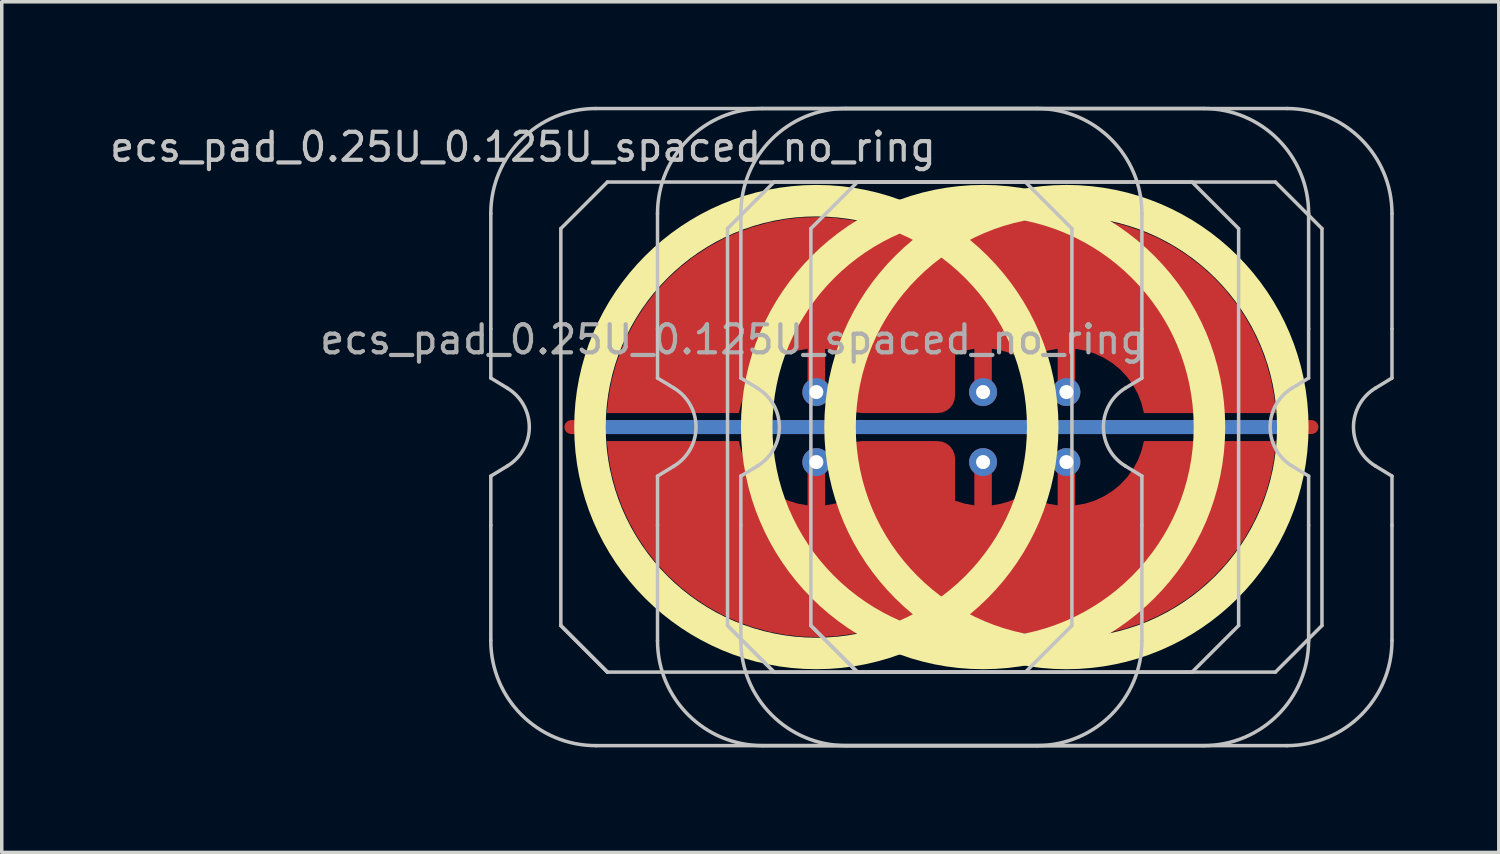
<source format=kicad_pcb>
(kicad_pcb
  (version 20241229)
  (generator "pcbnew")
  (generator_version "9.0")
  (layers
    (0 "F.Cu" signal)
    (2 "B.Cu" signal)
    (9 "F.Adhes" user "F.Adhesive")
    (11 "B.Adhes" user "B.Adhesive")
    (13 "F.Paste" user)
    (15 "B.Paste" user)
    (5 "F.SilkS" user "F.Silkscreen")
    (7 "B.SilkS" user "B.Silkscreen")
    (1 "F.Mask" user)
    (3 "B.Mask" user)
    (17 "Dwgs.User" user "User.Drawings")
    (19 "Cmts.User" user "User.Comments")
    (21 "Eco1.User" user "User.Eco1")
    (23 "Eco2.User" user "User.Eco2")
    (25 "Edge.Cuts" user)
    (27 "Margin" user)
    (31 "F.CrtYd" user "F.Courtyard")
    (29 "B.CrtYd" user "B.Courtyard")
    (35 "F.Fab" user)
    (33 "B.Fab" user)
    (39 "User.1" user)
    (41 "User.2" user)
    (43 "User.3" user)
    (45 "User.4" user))
  (footprint "ecs_pad_0.25U_0.125U_spaced_no_ring"
    (layer "F.Cu")
    (at 25.033 9.15)
    (property "Reference" "ecs_pad_0.25U_0.125U_spaced_no_ring" (at -13.143 -8 0) (layer "Dwgs.User") (effects (font (size 0.8 0.8) (thickness 0.12))))
    (attr smd)
    (fp_circle (center -4.763 0) (end 1.704 0) (stroke (width 0.9) (type solid)) (fill no) (layer "F.SilkS"))
    (fp_circle (center 0 0) (end 6.467 0) (stroke (width 0.9) (type solid)) (fill no) (layer "F.SilkS"))
    (fp_circle (center 2.381 0) (end 8.848 0) (stroke (width 0.9) (type solid)) (fill no) (layer "F.SilkS"))
    (fp_line (start -14.062 -2.805) (end -14.062 -6.1) (stroke (width 0.1) (type solid)) (layer "Dwgs.User"))
    (fp_line (start -14.062 -1.4) (end -14.062 -2.805) (stroke (width 0.1) (type solid)) (layer "Dwgs.User"))
    (fp_line (start -14.062 1.4) (end -13.587 1.111) (stroke (width 0.1) (type solid)) (layer "Dwgs.User"))
    (fp_line (start -14.062 2.805) (end -14.062 1.4) (stroke (width 0.1) (type solid)) (layer "Dwgs.User"))
    (fp_line (start -14.062 6.1) (end -14.062 2.805) (stroke (width 0.1) (type solid)) (layer "Dwgs.User"))
    (fp_line (start -13.587 -1.111) (end -14.062 -1.4) (stroke (width 0.1) (type solid)) (layer "Dwgs.User"))
    (fp_line (start -12.062 -5.67) (end -10.732 -7) (stroke (width 0.1) (type solid)) (layer "Dwgs.User"))
    (fp_line (start -12.062 5.67) (end -12.062 -5.67) (stroke (width 0.1) (type solid)) (layer "Dwgs.User"))
    (fp_line (start -12.062 5.67) (end -10.732 7) (stroke (width 0.1) (type solid)) (layer "Dwgs.User"))
    (fp_line (start -11.062 -9.1) (end 1.538 -9.1) (stroke (width 0.1) (type solid)) (layer "Dwgs.User"))
    (fp_line (start -10.732 -7) (end 1.208 -7) (stroke (width 0.1) (type solid)) (layer "Dwgs.User"))
    (fp_line (start -10.732 7) (end -12.062 5.67) (stroke (width 0.1) (type solid)) (layer "Dwgs.User"))
    (fp_line (start -9.3 -2.805) (end -9.3 -6.1) (stroke (width 0.1) (type solid)) (layer "Dwgs.User"))
    (fp_line (start -9.3 -1.4) (end -9.3 -2.805) (stroke (width 0.1) (type solid)) (layer "Dwgs.User"))
    (fp_line (start -9.3 1.4) (end -8.824 1.111) (stroke (width 0.1) (type solid)) (layer "Dwgs.User"))
    (fp_line (start -9.3 2.805) (end -9.3 1.4) (stroke (width 0.1) (type solid)) (layer "Dwgs.User"))
    (fp_line (start -9.3 6.1) (end -9.3 2.805) (stroke (width 0.1) (type solid)) (layer "Dwgs.User"))
    (fp_line (start -8.824 -1.111) (end -9.3 -1.4) (stroke (width 0.1) (type solid)) (layer "Dwgs.User"))
    (fp_line (start -7.3 -5.67) (end -5.97 -7) (stroke (width 0.1) (type solid)) (layer "Dwgs.User"))
    (fp_line (start -7.3 5.67) (end -7.3 -5.67) (stroke (width 0.1) (type solid)) (layer "Dwgs.User"))
    (fp_line (start -7.3 5.67) (end -5.97 7) (stroke (width 0.1) (type solid)) (layer "Dwgs.User"))
    (fp_line (start -6.919 -2.805) (end -6.919 -6.1) (stroke (width 0.1) (type solid)) (layer "Dwgs.User"))
    (fp_line (start -6.919 -1.4) (end -6.919 -2.805) (stroke (width 0.1) (type solid)) (layer "Dwgs.User"))
    (fp_line (start -6.919 1.4) (end -6.443 1.111) (stroke (width 0.1) (type solid)) (layer "Dwgs.User"))
    (fp_line (start -6.919 2.805) (end -6.919 1.4) (stroke (width 0.1) (type solid)) (layer "Dwgs.User"))
    (fp_line (start -6.919 6.1) (end -6.919 2.805) (stroke (width 0.1) (type solid)) (layer "Dwgs.User"))
    (fp_line (start -6.443 -1.111) (end -6.919 -1.4) (stroke (width 0.1) (type solid)) (layer "Dwgs.User"))
    (fp_line (start -6.3 -9.1) (end 6.3 -9.1) (stroke (width 0.1) (type solid)) (layer "Dwgs.User"))
    (fp_line (start -5.97 -7) (end 5.97 -7) (stroke (width 0.1) (type solid)) (layer "Dwgs.User"))
    (fp_line (start -5.97 7) (end -7.3 5.67) (stroke (width 0.1) (type solid)) (layer "Dwgs.User"))
    (fp_line (start -4.919 -5.67) (end -3.589 -7) (stroke (width 0.1) (type solid)) (layer "Dwgs.User"))
    (fp_line (start -4.919 5.67) (end -4.919 -5.67) (stroke (width 0.1) (type solid)) (layer "Dwgs.User"))
    (fp_line (start -4.919 5.67) (end -3.589 7) (stroke (width 0.1) (type solid)) (layer "Dwgs.User"))
    (fp_line (start -3.919 -9.1) (end 8.681 -9.1) (stroke (width 0.1) (type solid)) (layer "Dwgs.User"))
    (fp_line (start -3.589 -7) (end 8.351 -7) (stroke (width 0.1) (type solid)) (layer "Dwgs.User"))
    (fp_line (start -3.589 7) (end -4.919 5.67) (stroke (width 0.1) (type solid)) (layer "Dwgs.User"))
    (fp_line (start 1.208 -7) (end 2.538 -5.67) (stroke (width 0.1) (type solid)) (layer "Dwgs.User"))
    (fp_line (start 1.208 7) (end -10.732 7) (stroke (width 0.1) (type solid)) (layer "Dwgs.User"))
    (fp_line (start 1.538 9.1) (end -11.062 9.1) (stroke (width 0.1) (type solid)) (layer "Dwgs.User"))
    (fp_line (start 2.538 -5.67) (end 2.538 5.67) (stroke (width 0.1) (type solid)) (layer "Dwgs.User"))
    (fp_line (start 2.538 5.67) (end 1.208 7) (stroke (width 0.1) (type solid)) (layer "Dwgs.User"))
    (fp_line (start 4.062 1.111) (end 4.537 1.4) (stroke (width 0.1) (type solid)) (layer "Dwgs.User"))
    (fp_line (start 4.537 -6.1) (end 4.537 -2.805) (stroke (width 0.1) (type solid)) (layer "Dwgs.User"))
    (fp_line (start 4.537 -2.805) (end 4.537 -1.4) (stroke (width 0.1) (type solid)) (layer "Dwgs.User"))
    (fp_line (start 4.537 -1.4) (end 4.062 -1.111) (stroke (width 0.1) (type solid)) (layer "Dwgs.User"))
    (fp_line (start 4.537 1.4) (end 4.537 2.805) (stroke (width 0.1) (type solid)) (layer "Dwgs.User"))
    (fp_line (start 4.537 2.805) (end 4.537 6.1) (stroke (width 0.1) (type solid)) (layer "Dwgs.User"))
    (fp_line (start 5.97 -7) (end 7.3 -5.67) (stroke (width 0.1) (type solid)) (layer "Dwgs.User"))
    (fp_line (start 5.97 7) (end -5.97 7) (stroke (width 0.1) (type solid)) (layer "Dwgs.User"))
    (fp_line (start 6.3 9.1) (end -6.3 9.1) (stroke (width 0.1) (type solid)) (layer "Dwgs.User"))
    (fp_line (start 7.3 -5.67) (end 7.3 5.67) (stroke (width 0.1) (type solid)) (layer "Dwgs.User"))
    (fp_line (start 7.3 5.67) (end 5.97 7) (stroke (width 0.1) (type solid)) (layer "Dwgs.User"))
    (fp_line (start 8.351 -7) (end 9.681 -5.67) (stroke (width 0.1) (type solid)) (layer "Dwgs.User"))
    (fp_line (start 8.351 7) (end -3.589 7) (stroke (width 0.1) (type solid)) (layer "Dwgs.User"))
    (fp_line (start 8.681 9.1) (end -3.919 9.1) (stroke (width 0.1) (type solid)) (layer "Dwgs.User"))
    (fp_line (start 8.824 1.111) (end 9.3 1.4) (stroke (width 0.1) (type solid)) (layer "Dwgs.User"))
    (fp_line (start 9.3 -6.1) (end 9.3 -2.805) (stroke (width 0.1) (type solid)) (layer "Dwgs.User"))
    (fp_line (start 9.3 -2.805) (end 9.3 -1.4) (stroke (width 0.1) (type solid)) (layer "Dwgs.User"))
    (fp_line (start 9.3 -1.4) (end 8.824 -1.111) (stroke (width 0.1) (type solid)) (layer "Dwgs.User"))
    (fp_line (start 9.3 1.4) (end 9.3 2.805) (stroke (width 0.1) (type solid)) (layer "Dwgs.User"))
    (fp_line (start 9.3 2.805) (end 9.3 6.1) (stroke (width 0.1) (type solid)) (layer "Dwgs.User"))
    (fp_line (start 9.681 -5.67) (end 9.681 5.67) (stroke (width 0.1) (type solid)) (layer "Dwgs.User"))
    (fp_line (start 9.681 5.67) (end 8.351 7) (stroke (width 0.1) (type solid)) (layer "Dwgs.User"))
    (fp_line (start 11.206 1.111) (end 11.681 1.4) (stroke (width 0.1) (type solid)) (layer "Dwgs.User"))
    (fp_line (start 11.681 -6.1) (end 11.681 -2.805) (stroke (width 0.1) (type solid)) (layer "Dwgs.User"))
    (fp_line (start 11.681 -2.805) (end 11.681 -1.4) (stroke (width 0.1) (type solid)) (layer "Dwgs.User"))
    (fp_line (start 11.681 -1.4) (end 11.206 -1.111) (stroke (width 0.1) (type solid)) (layer "Dwgs.User"))
    (fp_line (start 11.681 1.4) (end 11.681 2.805) (stroke (width 0.1) (type solid)) (layer "Dwgs.User"))
    (fp_line (start 11.681 2.805) (end 11.681 6.1) (stroke (width 0.1) (type solid)) (layer "Dwgs.User"))
    (fp_arc (start -14.0625 -6.1) (mid -13.18382 -8.22132) (end -11.0625 -9.1) (stroke (width 0.1) (type solid)) (layer "Dwgs.User"))
    (fp_arc (start -13.586833 -1.110619) (mid -12.9625 0) (end -13.586833 1.110619) (stroke (width 0.1) (type solid)) (layer "Dwgs.User"))
    (fp_arc (start -11.0625 9.1) (mid -13.18382 8.22132) (end -14.0625 6.1) (stroke (width 0.1) (type solid)) (layer "Dwgs.User"))
    (fp_arc (start -9.3 -6.1) (mid -8.42132 -8.22132) (end -6.3 -9.1) (stroke (width 0.1) (type solid)) (layer "Dwgs.User"))
    (fp_arc (start -8.824333 -1.110619) (mid -8.2 0) (end -8.824333 1.110619) (stroke (width 0.1) (type solid)) (layer "Dwgs.User"))
    (fp_arc (start -6.91875 -6.1) (mid -6.04007 -8.22132) (end -3.91875 -9.1) (stroke (width 0.1) (type solid)) (layer "Dwgs.User"))
    (fp_arc (start -6.443083 -1.110619) (mid -5.81875 0) (end -6.443083 1.110619) (stroke (width 0.1) (type solid)) (layer "Dwgs.User"))
    (fp_arc (start -6.3 9.1) (mid -8.42132 8.22132) (end -9.3 6.1) (stroke (width 0.1) (type solid)) (layer "Dwgs.User"))
    (fp_arc (start -3.91875 9.1) (mid -6.04007 8.22132) (end -6.91875 6.1) (stroke (width 0.1) (type solid)) (layer "Dwgs.User"))
    (fp_arc (start 1.5375 -9.1) (mid 3.65882 -8.22132) (end 4.5375 -6.1) (stroke (width 0.1) (type solid)) (layer "Dwgs.User"))
    (fp_arc (start 4.061833 1.110619) (mid 3.4375 0) (end 4.061833 -1.110619) (stroke (width 0.1) (type solid)) (layer "Dwgs.User"))
    (fp_arc (start 4.5375 6.1) (mid 3.65882 8.22132) (end 1.5375 9.1) (stroke (width 0.1) (type solid)) (layer "Dwgs.User"))
    (fp_arc (start 6.3 -9.1) (mid 8.42132 -8.22132) (end 9.3 -6.1) (stroke (width 0.1) (type solid)) (layer "Dwgs.User"))
    (fp_arc (start 8.68125 -9.1) (mid 10.80257 -8.22132) (end 11.68125 -6.1) (stroke (width 0.1) (type solid)) (layer "Dwgs.User"))
    (fp_arc (start 8.824333 1.110619) (mid 8.2 0) (end 8.824333 -1.110619) (stroke (width 0.1) (type solid)) (layer "Dwgs.User"))
    (fp_arc (start 9.3 6.1) (mid 8.42132 8.22132) (end 6.3 9.1) (stroke (width 0.1) (type solid)) (layer "Dwgs.User"))
    (fp_arc (start 11.205583 1.110619) (mid 10.58125 0) (end 11.205583 -1.110619) (stroke (width 0.1) (type solid)) (layer "Dwgs.User"))
    (fp_arc (start 11.68125 6.1) (mid 10.80257 8.22132) (end 8.68125 9.1) (stroke (width 0.1) (type solid)) (layer "Dwgs.User"))
    (fp_text user "${REFERENCE}" (at -7.143 -2.5 0) (layer "F.Fab") (effects (font (size 0.8 0.8) (thickness 0.12))))
    (pad "1" thru_hole circle (at -4.763 -1 90) (size 0.8 0.8) (drill 0.4) (layers "*.Cu"))
    (pad "1" smd custom (at 0 -1) (size 0.246 0.246) (layers "F.Cu") (options (anchor circle)) (primitives (gr_poly (pts (xy 0.231 0.096) (xy 0.177 0.177) (xy 0.096 0.231) (xy 0 0.25) (xy -0.096 0.231) (xy -0.177 0.177) (xy -0.231 0.096) (xy -0.25 0) (xy -0.25 -1.236) (xy -0.529 -1.187) (xy -0.8 -1.103) (xy -0.8 0.1) (xy -0.817 0.229) (xy -0.867 0.35) (xy -0.946 0.454) (xy -1.05 0.533) (xy -1.171 0.583) (xy -1.3 0.6) (xy -3.462 0.6) (xy -3.592 0.583) (xy -3.713 0.533) (xy -3.816 0.454) (xy -3.896 0.35) (xy -3.945 0.229) (xy -3.963 0.1) (xy -3.963 -1.103) (xy -4.233 -1.187) (xy -4.513 -1.236) (xy -4.513 0) (xy -4.532 0.096) (xy -4.586 0.177) (xy -4.667 0.231) (xy -4.763 0.25) (xy -4.858 0.231) (xy -4.939 0.177) (xy -4.993 0.096) (xy -5.013 0) (xy -5.013 -1.236) (xy -5.296 -1.186) (xy -5.571 -1.1) (xy -5.832 -0.979) (xy -6.076 -0.826) (xy -6.299 -0.644) (xy -6.496 -0.434) (xy -6.665 -0.201) (xy -6.803 0.052) (xy -6.907 0.321) (xy -6.977 0.6) (xy -10.749 0.6) (xy -10.698 0.125) (xy -10.61 -0.345) (xy -10.484 -0.806) (xy -10.322 -1.256) (xy -10.125 -1.691) (xy -9.894 -2.109) (xy -9.63 -2.508) (xy -9.336 -2.884) (xy -9.012 -3.236) (xy -8.661 -3.561) (xy -8.286 -3.856) (xy -7.888 -4.121) (xy -7.471 -4.354) (xy -7.036 -4.553) (xy -6.587 -4.716) (xy -6.126 -4.843) (xy -5.657 -4.933) (xy -5.182 -4.985) (xy -4.704 -5) (xy -4.227 -4.976) (xy -3.753 -4.914) (xy -3.285 -4.815) (xy -2.827 -4.679) (xy -2.381 -4.507) (xy -1.956 -4.672) (xy -1.52 -4.804) (xy -1.075 -4.903) (xy -0.624 -4.967) (xy -0.169 -4.998) (xy 0.287 -4.993) (xy 0.741 -4.954) (xy 1.191 -4.881) (xy 1.671 -4.958) (xy 2.156 -4.996) (xy 2.643 -4.994) (xy 3.128 -4.953) (xy 3.608 -4.873) (xy 4.08 -4.755) (xy 4.541 -4.598) (xy 4.987 -4.404) (xy 5.417 -4.175) (xy 5.826 -3.912) (xy 6.213 -3.617) (xy 6.575 -3.291) (xy 6.909 -2.937) (xy 7.213 -2.557) (xy 7.485 -2.154) (xy 7.724 -1.73) (xy 7.928 -1.288) (xy 8.095 -0.831) (xy 8.225 -0.362) (xy 8.316 0.116) (xy 8.368 0.6) (xy 4.595 0.6) (xy 4.526 0.321) (xy 4.422 0.052) (xy 4.284 -0.201) (xy 4.115 -0.434) (xy 3.918 -0.644) (xy 3.695 -0.826) (xy 3.451 -0.979) (xy 3.19 -1.1) (xy 2.915 -1.186) (xy 2.631 -1.236) (xy 2.631 0) (xy 2.612 0.096) (xy 2.558 0.177) (xy 2.477 0.231) (xy 2.381 0.25) (xy 2.286 0.231) (xy 2.204 0.177) (xy 2.15 0.096) (xy 2.131 0) (xy 2.131 -1.236) (xy 1.884 -1.194) (xy 1.643 -1.125) (xy 1.411 -1.03) (xy 1.191 -0.909) (xy 0.971 -1.03) (xy 0.739 -1.125) (xy 0.497 -1.194) (xy 0.25 -1.236) (xy 0.25 0)) (width 0) (fill yes))))
    (pad "1" thru_hole circle (at 0 -1 270) (size 0.8 0.8) (drill 0.4) (layers "*.Cu"))
    (pad "1" thru_hole circle (at 2.38 -1 90) (size 0.8 0.8) (drill 0.4) (layers "*.Cu"))
    (pad "2" thru_hole circle (at -4.763 1 270) (size 0.8 0.8) (drill 0.4) (layers "*.Cu"))
    (pad "2" smd custom (at 0 1) (size 0.246 0.246) (layers "F.Cu") (options (anchor circle)) (primitives (gr_poly (pts (xy 0.231 -0.096) (xy 0.177 -0.177) (xy 0.096 -0.231) (xy 0 -0.25) (xy -0.096 -0.231) (xy -0.177 -0.177) (xy -0.231 -0.096) (xy -0.25 0) (xy -0.25 1.236) (xy -0.529 1.187) (xy -0.8 1.103) (xy -0.8 -0.1) (xy -0.817 -0.229) (xy -0.867 -0.35) (xy -0.946 -0.454) (xy -1.05 -0.533) (xy -1.171 -0.583) (xy -1.3 -0.6) (xy -3.462 -0.6) (xy -3.592 -0.583) (xy -3.713 -0.533) (xy -3.816 -0.454) (xy -3.896 -0.35) (xy -3.945 -0.229) (xy -3.963 -0.1) (xy -3.963 1.103) (xy -4.233 1.187) (xy -4.513 1.236) (xy -4.513 0) (xy -4.532 -0.096) (xy -4.586 -0.177) (xy -4.667 -0.231) (xy -4.763 -0.25) (xy -4.858 -0.231) (xy -4.939 -0.177) (xy -4.993 -0.096) (xy -5.013 0) (xy -5.013 1.236) (xy -5.296 1.186) (xy -5.571 1.1) (xy -5.832 0.979) (xy -6.076 0.826) (xy -6.299 0.644) (xy -6.496 0.434) (xy -6.665 0.201) (xy -6.803 -0.052) (xy -6.907 -0.321) (xy -6.977 -0.6) (xy -10.749 -0.6) (xy -10.698 -0.125) (xy -10.61 0.345) (xy -10.484 0.806) (xy -10.322 1.256) (xy -10.125 1.691) (xy -9.894 2.109) (xy -9.63 2.508) (xy -9.336 2.884) (xy -9.012 3.236) (xy -8.661 3.561) (xy -8.286 3.856) (xy -7.888 4.121) (xy -7.471 4.354) (xy -7.036 4.553) (xy -6.587 4.716) (xy -6.126 4.843) (xy -5.657 4.933) (xy -5.182 4.985) (xy -4.704 5) (xy -4.227 4.976) (xy -3.753 4.914) (xy -3.285 4.815) (xy -2.827 4.679) (xy -2.381 4.507) (xy -1.956 4.672) (xy -1.52 4.804) (xy -1.075 4.903) (xy -0.624 4.967) (xy -0.169 4.998) (xy 0.287 4.993) (xy 0.741 4.954) (xy 1.191 4.881) (xy 1.671 4.958) (xy 2.156 4.996) (xy 2.643 4.994) (xy 3.128 4.953) (xy 3.608 4.873) (xy 4.08 4.755) (xy 4.541 4.598) (xy 4.987 4.404) (xy 5.417 4.175) (xy 5.826 3.912) (xy 6.213 3.617) (xy 6.575 3.291) (xy 6.909 2.937) (xy 7.213 2.557) (xy 7.485 2.154) (xy 7.724 1.73) (xy 7.928 1.288) (xy 8.095 0.831) (xy 8.225 0.362) (xy 8.316 -0.116) (xy 8.368 -0.6) (xy 4.595 -0.6) (xy 4.526 -0.321) (xy 4.422 -0.052) (xy 4.284 0.201) (xy 4.115 0.434) (xy 3.918 0.644) (xy 3.695 0.826) (xy 3.451 0.979) (xy 3.19 1.1) (xy 2.915 1.186) (xy 2.631 1.236) (xy 2.631 0) (xy 2.612 -0.096) (xy 2.558 -0.177) (xy 2.477 -0.231) (xy 2.381 -0.25) (xy 2.286 -0.231) (xy 2.204 -0.177) (xy 2.15 -0.096) (xy 2.131 0) (xy 2.131 1.236) (xy 1.884 1.194) (xy 1.643 1.125) (xy 1.411 1.03) (xy 1.191 0.909) (xy 0.971 1.03) (xy 0.739 1.125) (xy 0.497 1.194) (xy 0.25 1.236) (xy 0.25 0)) (width 0) (fill yes))))
    (pad "2" thru_hole circle (at 0 1 270) (size 0.8 0.8) (drill 0.4) (layers "*.Cu"))
    (pad "2" thru_hole circle (at 2.38 1 270) (size 0.8 0.8) (drill 0.4) (layers "*.Cu"))
    (pad "3" smd custom (at 0 0 90) (size 0.4 0.4) (layers "F.Cu") (options (anchor rect)) (primitives (gr_line (start 0 -11.762) (end 0 9.381) (width 0.4))))
    (pad "3" smd custom (at 0 0 90) (size 0.4 0.4) (layers "B.Cu") (options (anchor rect)) (primitives (gr_line (start 0 -11.262) (end 0 8.812) (width 0.4))))
    (zone (net_name "") (layer "F.Cu") (hatch edge 0.508) (connect_pads) (min_thickness 0.254) (filled_areas_thickness no) (keepout (tracks allowed) (vias allowed) (pads allowed) (copperpour not_allowed) (footprints allowed)) (placement (enabled no)) (fill) (polygon (pts (xy 27.276 9.15) (xy 27.257 8.637) (xy 27.201 8.127) (xy 27.107 7.622) (xy 26.977 7.125) (xy 26.811 6.64) (xy 26.609 6.167) (xy 26.374 5.711) (xy 26.105 5.274) (xy 25.806 4.857) (xy 25.477 4.463) (xy 25.119 4.094) (xy 24.736 3.753) (xy 24.329 3.44) (xy 23.9 3.158) (xy 23.451 2.909) (xy 22.985 2.692) (xy 22.505 2.511) (xy 22.013 2.365) (xy 21.511 2.256) (xy 21.003 2.183) (xy 20.491 2.149) (xy 19.978 2.151) (xy 19.466 2.192) (xy 18.958 2.269) (xy 18.458 2.384) (xy 17.967 2.535) (xy 17.489 2.721) (xy 17.026 2.942) (xy 16.58 3.197) (xy 16.154 3.483) (xy 15.75 3.8) (xy 15.37 4.145) (xy 15.016 4.518) (xy 14.691 4.915) (xy 14.396 5.335) (xy 14.132 5.775) (xy 13.902 6.234) (xy 13.705 6.708) (xy 13.544 7.196) (xy 13.419 7.694) (xy 13.331 8.199) (xy 13.28 8.71) (xy 13.266 9.223) (xy 13.291 9.736) (xy 13.352 10.246) (xy 13.451 10.75) (xy 13.587 11.245) (xy 13.758 11.729) (xy 13.964 12.199) (xy 14.205 12.652) (xy 14.477 13.087) (xy 14.781 13.501) (xy 15.115 13.891) (xy 15.476 14.256) (xy 15.863 14.594) (xy 16.273 14.902) (xy 16.705 15.179) (xy 17.156 15.424) (xy 17.624 15.636) (xy 18.106 15.812) (xy 18.6 15.953) (xy 19.103 16.057) (xy 19.612 16.124) (xy 20.124 16.153) (xy 20.638 16.145) (xy 21.149 16.1) (xy 21.656 16.017) (xy 22.155 15.897) (xy 22.644 15.741) (xy 23.12 15.549) (xy 23.581 15.323) (xy 24.024 15.064) (xy 24.447 14.774) (xy 24.848 14.453) (xy 25.224 14.103) (xy 25.574 13.727) (xy 25.895 13.326) (xy 26.185 12.903) (xy 26.444 12.46) (xy 26.67 11.999) (xy 26.862 11.523) (xy 27.018 11.034) (xy 27.138 10.535) (xy 27.221 10.028) (xy 27.266 9.517))))
    (zone (net_name "") (layer "F.Cu") (hatch edge 0.508) (connect_pads) (min_thickness 0.254) (filled_areas_thickness no) (keepout (tracks allowed) (vias allowed) (pads allowed) (copperpour not_allowed) (footprints allowed)) (placement (enabled no)) (fill) (polygon (pts (xy 32.038 9.15) (xy 32.02 8.637) (xy 31.963 8.127) (xy 31.87 7.622) (xy 31.739 7.125) (xy 31.573 6.64) (xy 31.372 6.167) (xy 31.136 5.711) (xy 30.868 5.274) (xy 30.568 4.857) (xy 30.239 4.463) (xy 29.882 4.094) (xy 29.499 3.753) (xy 29.091 3.44) (xy 28.662 3.158) (xy 28.214 2.909) (xy 27.748 2.692) (xy 27.268 2.511) (xy 26.775 2.365) (xy 26.274 2.256) (xy 25.766 2.183) (xy 25.253 2.149) (xy 24.74 2.151) (xy 24.228 2.192) (xy 23.721 2.269) (xy 23.22 2.384) (xy 22.73 2.535) (xy 22.251 2.721) (xy 21.788 2.942) (xy 21.342 3.197) (xy 20.916 3.483) (xy 20.512 3.8) (xy 20.132 4.145) (xy 19.779 4.518) (xy 19.454 4.915) (xy 19.159 5.335) (xy 18.895 5.775) (xy 18.664 6.234) (xy 18.468 6.708) (xy 18.307 7.196) (xy 18.182 7.694) (xy 18.093 8.199) (xy 18.042 8.71) (xy 18.029 9.223) (xy 18.053 9.736) (xy 18.115 10.246) (xy 18.214 10.75) (xy 18.349 11.245) (xy 18.52 11.729) (xy 18.727 12.199) (xy 18.967 12.652) (xy 19.24 13.087) (xy 19.544 13.501) (xy 19.877 13.891) (xy 20.238 14.256) (xy 20.625 14.594) (xy 21.036 14.902) (xy 21.468 15.179) (xy 21.919 15.424) (xy 22.387 15.636) (xy 22.869 15.812) (xy 23.363 15.953) (xy 23.865 16.057) (xy 24.374 16.124) (xy 24.887 16.153) (xy 25.4 16.145) (xy 25.911 16.1) (xy 26.418 16.017) (xy 26.917 15.897) (xy 27.406 15.741) (xy 27.883 15.549) (xy 28.344 15.323) (xy 28.787 15.064) (xy 29.21 14.774) (xy 29.611 14.453) (xy 29.987 14.103) (xy 30.336 13.727) (xy 30.657 13.326) (xy 30.948 12.903) (xy 31.207 12.46) (xy 31.433 11.999) (xy 31.624 11.523) (xy 31.78 11.034) (xy 31.9 10.535) (xy 31.983 10.028) (xy 32.029 9.517))))
    (zone (net_name "") (layer "F.Cu") (hatch edge 0.508) (connect_pads) (min_thickness 0.254) (filled_areas_thickness no) (keepout (tracks allowed) (vias allowed) (pads allowed) (copperpour not_allowed) (footprints allowed)) (placement (enabled no)) (fill) (polygon (pts (xy 34.42 9.15) (xy 34.401 8.637) (xy 34.344 8.127) (xy 34.251 7.622) (xy 34.121 7.125) (xy 33.954 6.64) (xy 33.753 6.167) (xy 33.517 5.711) (xy 33.249 5.274) (xy 32.95 4.857) (xy 32.62 4.463) (xy 32.263 4.094) (xy 31.88 3.753) (xy 31.472 3.44) (xy 31.043 3.158) (xy 30.595 2.909) (xy 30.129 2.692) (xy 29.649 2.511) (xy 29.157 2.365) (xy 28.655 2.256) (xy 28.147 2.183) (xy 27.635 2.149) (xy 27.121 2.151) (xy 26.61 2.192) (xy 26.102 2.269) (xy 25.602 2.384) (xy 25.111 2.535) (xy 24.633 2.721) (xy 24.169 2.942) (xy 23.723 3.197) (xy 23.297 3.483) (xy 22.893 3.8) (xy 22.514 4.145) (xy 22.16 4.518) (xy 21.835 4.915) (xy 21.54 5.335) (xy 21.276 5.775) (xy 21.046 6.234) (xy 20.849 6.708) (xy 20.688 7.196) (xy 20.563 7.694) (xy 20.475 8.199) (xy 20.424 8.71) (xy 20.41 9.223) (xy 20.434 9.736) (xy 20.496 10.246) (xy 20.595 10.75) (xy 20.73 11.245) (xy 20.902 11.729) (xy 21.108 12.199) (xy 21.348 12.652) (xy 21.621 13.087) (xy 21.925 13.501) (xy 22.258 13.891) (xy 22.619 14.256) (xy 23.006 14.594) (xy 23.417 14.902) (xy 23.849 15.179) (xy 24.3 15.424) (xy 24.768 15.636) (xy 25.25 15.812) (xy 25.744 15.953) (xy 26.246 16.057) (xy 26.755 16.124) (xy 27.268 16.153) (xy 27.781 16.145) (xy 28.293 16.1) (xy 28.799 16.017) (xy 29.298 15.897) (xy 29.788 15.741) (xy 30.264 15.549) (xy 30.725 15.323) (xy 31.168 15.064) (xy 31.591 14.774) (xy 31.992 14.453) (xy 32.368 14.103) (xy 32.717 13.727) (xy 33.038 13.326) (xy 33.329 12.903) (xy 33.588 12.46) (xy 33.814 11.999) (xy 34.005 11.523) (xy 34.162 11.034) (xy 34.281 10.535) (xy 34.364 10.028) (xy 34.41 9.517))))
    (zone (net_name "") (layer "B.Cu") (hatch edge 0.508) (connect_pads) (min_thickness 0.254) (filled_areas_thickness no) (keepout (tracks allowed) (vias allowed) (pads allowed) (copperpour not_allowed) (footprints allowed)) (placement (enabled no)) (fill) (polygon (pts (xy 26.829 9.15) (xy 26.809 8.635) (xy 26.748 8.124) (xy 26.648 7.619) (xy 26.508 7.123) (xy 26.33 6.64) (xy 26.114 6.173) (xy 25.863 5.723) (xy 25.577 5.295) (xy 25.258 4.891) (xy 24.908 4.513) (xy 24.53 4.163) (xy 24.126 3.844) (xy 23.698 3.558) (xy 23.248 3.307) (xy 22.781 3.091) (xy 22.298 2.913) (xy 21.802 2.773) (xy 21.297 2.672) (xy 20.785 2.612) (xy 20.271 2.592) (xy 19.756 2.612) (xy 19.245 2.672) (xy 18.74 2.773) (xy 18.244 2.913) (xy 17.761 3.091) (xy 17.294 3.307) (xy 16.844 3.558) (xy 16.416 3.844) (xy 16.012 4.163) (xy 15.634 4.513) (xy 15.284 4.891) (xy 14.965 5.295) (xy 14.679 5.723) (xy 14.427 6.173) (xy 14.212 6.64) (xy 14.034 7.123) (xy 13.894 7.619) (xy 13.793 8.124) (xy 13.733 8.635) (xy 13.713 9.15) (xy 13.733 9.665) (xy 13.793 10.176) (xy 13.894 10.681) (xy 14.034 11.177) (xy 14.212 11.66) (xy 14.427 12.127) (xy 14.679 12.577) (xy 14.965 13.005) (xy 15.284 13.409) (xy 15.634 13.787) (xy 16.012 14.137) (xy 16.416 14.456) (xy 16.844 14.742) (xy 17.294 14.993) (xy 17.761 15.209) (xy 18.244 15.387) (xy 18.74 15.527) (xy 19.245 15.628) (xy 19.756 15.688) (xy 20.271 15.708) (xy 20.785 15.688) (xy 21.297 15.628) (xy 21.802 15.527) (xy 22.298 15.387) (xy 22.781 15.209) (xy 23.248 14.993) (xy 23.698 14.742) (xy 24.126 14.456) (xy 24.53 14.137) (xy 24.908 13.787) (xy 25.258 13.409) (xy 25.577 13.005) (xy 25.863 12.577) (xy 26.114 12.127) (xy 26.33 11.66) (xy 26.508 11.177) (xy 26.648 10.681) (xy 26.748 10.176) (xy 26.809 9.665))))
    (zone (net_name "") (layer "B.Cu") (hatch edge 0.508) (connect_pads) (min_thickness 0.254) (filled_areas_thickness no) (keepout (tracks allowed) (vias allowed) (pads allowed) (copperpour not_allowed) (footprints allowed)) (placement (enabled no)) (fill) (polygon (pts (xy 31.592 9.15) (xy 31.571 8.635) (xy 31.511 8.124) (xy 31.41 7.619) (xy 31.271 7.123) (xy 31.092 6.64) (xy 30.877 6.173) (xy 30.625 5.723) (xy 30.339 5.295) (xy 30.02 4.891) (xy 29.671 4.513) (xy 29.293 4.163) (xy 28.888 3.844) (xy 28.46 3.558) (xy 28.011 3.307) (xy 27.543 3.091) (xy 27.06 2.913) (xy 26.564 2.773) (xy 26.059 2.672) (xy 25.548 2.612) (xy 25.033 2.592) (xy 24.519 2.612) (xy 24.007 2.672) (xy 23.502 2.773) (xy 23.007 2.913) (xy 22.524 3.091) (xy 22.056 3.307) (xy 21.607 3.558) (xy 21.179 3.844) (xy 20.774 4.163) (xy 20.396 4.513) (xy 20.046 4.891) (xy 19.728 5.295) (xy 19.442 5.723) (xy 19.19 6.173) (xy 18.974 6.64) (xy 18.796 7.123) (xy 18.656 7.619) (xy 18.556 8.124) (xy 18.495 8.635) (xy 18.475 9.15) (xy 18.495 9.665) (xy 18.556 10.176) (xy 18.656 10.681) (xy 18.796 11.177) (xy 18.974 11.66) (xy 19.19 12.127) (xy 19.442 12.577) (xy 19.728 13.005) (xy 20.046 13.409) (xy 20.396 13.787) (xy 20.774 14.137) (xy 21.179 14.456) (xy 21.607 14.742) (xy 22.056 14.993) (xy 22.524 15.209) (xy 23.007 15.387) (xy 23.502 15.527) (xy 24.007 15.628) (xy 24.519 15.688) (xy 25.033 15.708) (xy 25.548 15.688) (xy 26.059 15.628) (xy 26.564 15.527) (xy 27.06 15.387) (xy 27.543 15.209) (xy 28.011 14.993) (xy 28.46 14.742) (xy 28.888 14.456) (xy 29.293 14.137) (xy 29.671 13.787) (xy 30.02 13.409) (xy 30.339 13.005) (xy 30.625 12.577) (xy 30.877 12.127) (xy 31.092 11.66) (xy 31.271 11.177) (xy 31.41 10.681) (xy 31.511 10.176) (xy 31.571 9.665))))
    (zone (net_name "") (layer "B.Cu") (hatch edge 0.508) (connect_pads) (min_thickness 0.254) (filled_areas_thickness no) (keepout (tracks allowed) (vias allowed) (pads allowed) (copperpour not_allowed) (footprints allowed)) (placement (enabled no)) (fill) (polygon (pts (xy 33.973 9.15) (xy 33.953 8.635) (xy 33.892 8.124) (xy 33.792 7.619) (xy 33.652 7.123) (xy 33.474 6.64) (xy 33.258 6.173) (xy 33.007 5.723) (xy 32.72 5.295) (xy 32.402 4.891) (xy 32.052 4.513) (xy 31.674 4.163) (xy 31.27 3.844) (xy 30.841 3.558) (xy 30.392 3.307) (xy 29.924 3.091) (xy 29.441 2.913) (xy 28.946 2.773) (xy 28.441 2.672) (xy 27.929 2.612) (xy 27.415 2.592) (xy 26.9 2.612) (xy 26.389 2.672) (xy 25.884 2.773) (xy 25.388 2.913) (xy 24.905 3.091) (xy 24.437 3.307) (xy 23.988 3.558) (xy 23.56 3.844) (xy 23.155 4.163) (xy 22.777 4.513) (xy 22.428 4.891) (xy 22.109 5.295) (xy 21.823 5.723) (xy 21.571 6.173) (xy 21.356 6.64) (xy 21.177 7.123) (xy 21.038 7.619) (xy 20.937 8.124) (xy 20.877 8.635) (xy 20.856 9.15) (xy 20.877 9.665) (xy 20.937 10.176) (xy 21.038 10.681) (xy 21.177 11.177) (xy 21.356 11.66) (xy 21.571 12.127) (xy 21.823 12.577) (xy 22.109 13.005) (xy 22.428 13.409) (xy 22.777 13.787) (xy 23.155 14.137) (xy 23.56 14.456) (xy 23.988 14.742) (xy 24.437 14.993) (xy 24.905 15.209) (xy 25.388 15.387) (xy 25.884 15.527) (xy 26.389 15.628) (xy 26.9 15.688) (xy 27.415 15.708) (xy 27.929 15.688) (xy 28.441 15.628) (xy 28.946 15.527) (xy 29.441 15.387) (xy 29.924 15.209) (xy 30.392 14.993) (xy 30.841 14.742) (xy 31.27 14.456) (xy 31.674 14.137) (xy 32.052 13.787) (xy 32.402 13.409) (xy 32.72 13.005) (xy 33.007 12.577) (xy 33.258 12.127) (xy 33.474 11.66) (xy 33.652 11.177) (xy 33.792 10.681) (xy 33.892 10.176) (xy 33.953 9.665)))))
  (gr_rect
    (start -3 -3)
    (end 39.765 21.3)
    (stroke (width 0.1) (type default))
    (fill no)
    (layer "Edge.Cuts")))
</source>
